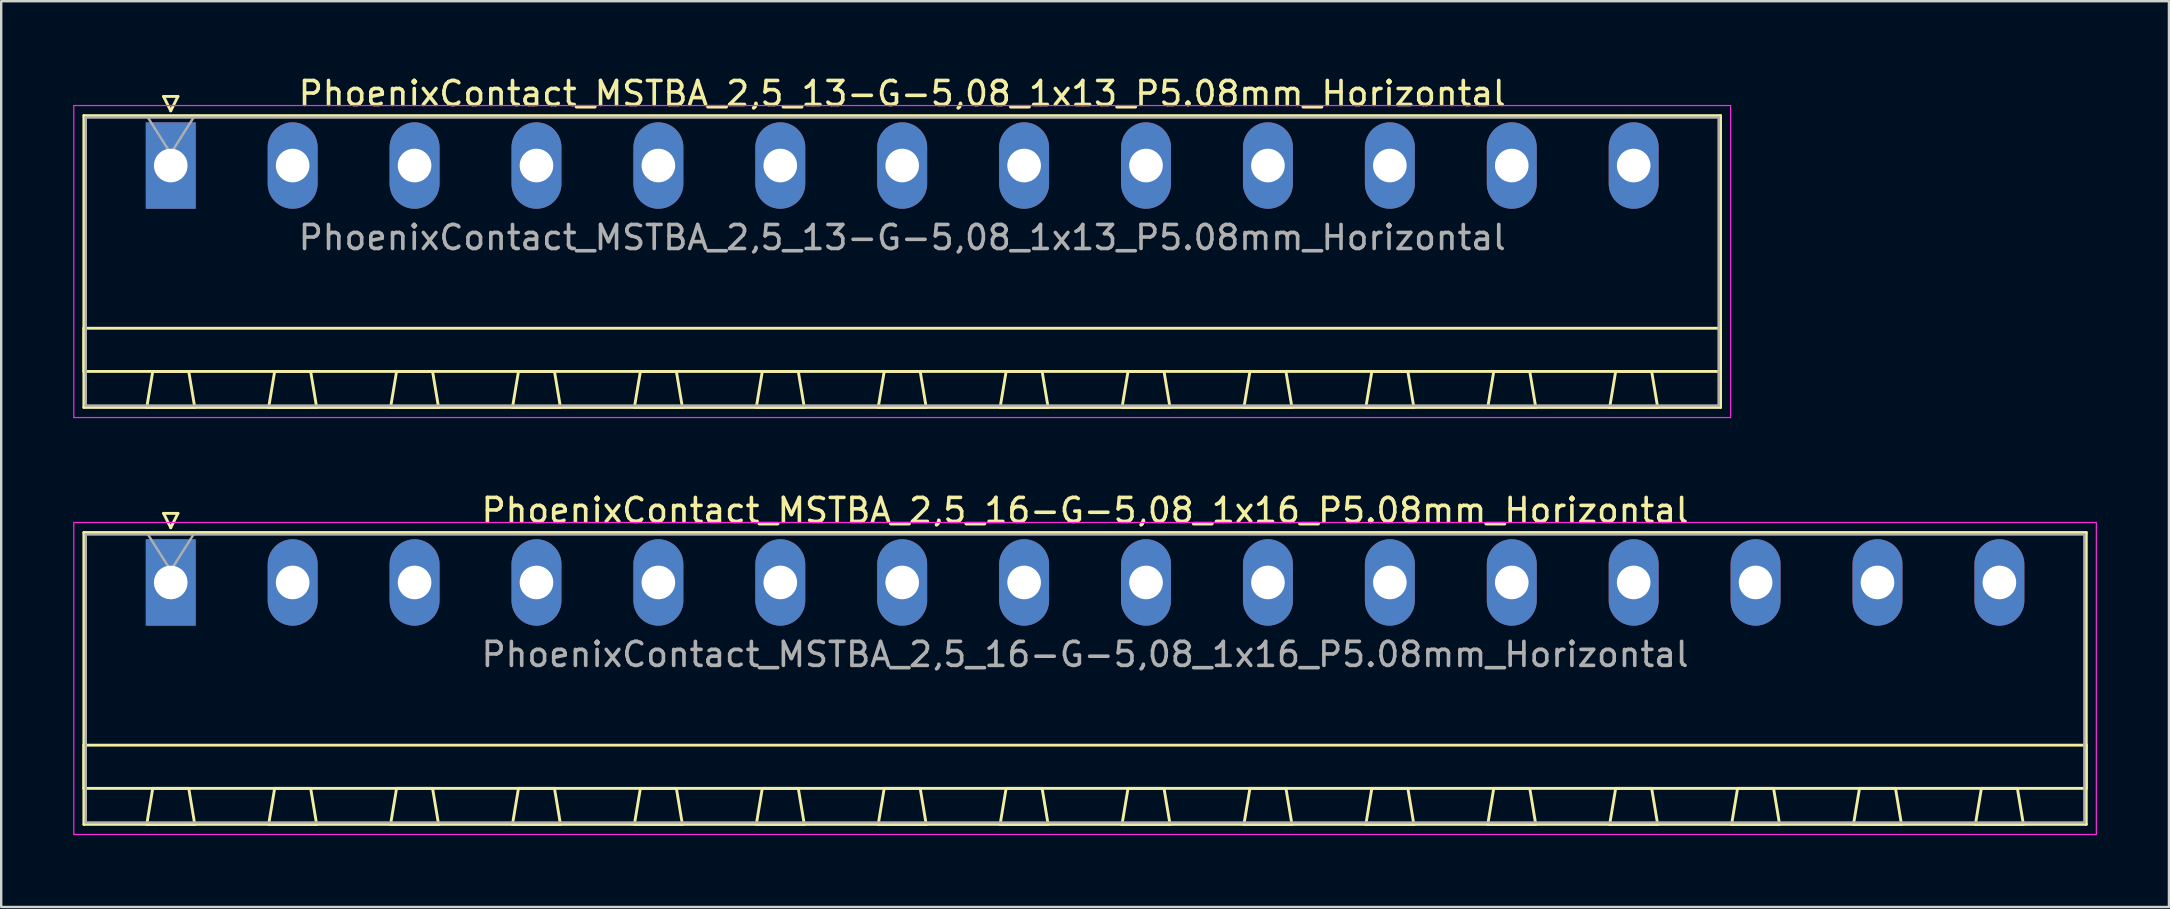
<source format=kicad_pcb>
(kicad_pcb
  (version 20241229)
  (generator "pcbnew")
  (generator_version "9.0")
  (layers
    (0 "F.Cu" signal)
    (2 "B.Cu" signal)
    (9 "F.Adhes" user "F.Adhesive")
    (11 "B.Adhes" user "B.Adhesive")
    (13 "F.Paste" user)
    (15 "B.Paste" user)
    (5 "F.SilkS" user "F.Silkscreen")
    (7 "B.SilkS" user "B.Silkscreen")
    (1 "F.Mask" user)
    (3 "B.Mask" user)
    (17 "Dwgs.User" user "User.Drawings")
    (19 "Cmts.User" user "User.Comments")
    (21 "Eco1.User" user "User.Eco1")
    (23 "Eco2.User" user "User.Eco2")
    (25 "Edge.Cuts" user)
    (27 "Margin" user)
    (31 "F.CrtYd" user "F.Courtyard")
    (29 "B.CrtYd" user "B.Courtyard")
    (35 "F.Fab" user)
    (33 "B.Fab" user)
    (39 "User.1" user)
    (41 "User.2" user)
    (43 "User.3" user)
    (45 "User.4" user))
  (footprint "PhoenixContact_MSTBA_2,5_13-G-5,08_1x13_P5.08mm_Horizontal"
    (layer "F.Cu")
    (at 4.065 3.848)
    (property "Reference" "PhoenixContact_MSTBA_2,5_13-G-5,08_1x13_P5.08mm_Horizontal" (at 30.48 -3 0) (layer "F.SilkS") (effects (font (size 1 1) (thickness 0.15))))
    (attr through_hole)
    (fp_line (start -3.62 -2.08) (end -3.62 10.08) (stroke (width 0.12) (type solid)) (layer "F.SilkS"))
    (fp_line (start -3.62 6.78) (end 64.58 6.78) (stroke (width 0.12) (type solid)) (layer "F.SilkS"))
    (fp_line (start -3.62 8.58) (end -3.62 6.78) (stroke (width 0.12) (type solid)) (layer "F.SilkS"))
    (fp_line (start -3.62 10.08) (end 64.58 10.08) (stroke (width 0.12) (type solid)) (layer "F.SilkS"))
    (fp_line (start -1 10.08) (end 1 10.08) (stroke (width 0.12) (type solid)) (layer "F.SilkS"))
    (fp_line (start -0.75 8.58) (end -1 10.08) (stroke (width 0.12) (type solid)) (layer "F.SilkS"))
    (fp_line (start -0.3 -2.88) (end 0.3 -2.88) (stroke (width 0.12) (type solid)) (layer "F.SilkS"))
    (fp_line (start 0 -2.28) (end -0.3 -2.88) (stroke (width 0.12) (type solid)) (layer "F.SilkS"))
    (fp_line (start 0.3 -2.88) (end 0 -2.28) (stroke (width 0.12) (type solid)) (layer "F.SilkS"))
    (fp_line (start 0.75 8.58) (end -0.75 8.58) (stroke (width 0.12) (type solid)) (layer "F.SilkS"))
    (fp_line (start 1 10.08) (end 0.75 8.58) (stroke (width 0.12) (type solid)) (layer "F.SilkS"))
    (fp_line (start 4.08 10.08) (end 6.08 10.08) (stroke (width 0.12) (type solid)) (layer "F.SilkS"))
    (fp_line (start 4.33 8.58) (end 4.08 10.08) (stroke (width 0.12) (type solid)) (layer "F.SilkS"))
    (fp_line (start 5.83 8.58) (end 4.33 8.58) (stroke (width 0.12) (type solid)) (layer "F.SilkS"))
    (fp_line (start 6.08 10.08) (end 5.83 8.58) (stroke (width 0.12) (type solid)) (layer "F.SilkS"))
    (fp_line (start 9.16 10.08) (end 11.16 10.08) (stroke (width 0.12) (type solid)) (layer "F.SilkS"))
    (fp_line (start 9.41 8.58) (end 9.16 10.08) (stroke (width 0.12) (type solid)) (layer "F.SilkS"))
    (fp_line (start 10.91 8.58) (end 9.41 8.58) (stroke (width 0.12) (type solid)) (layer "F.SilkS"))
    (fp_line (start 11.16 10.08) (end 10.91 8.58) (stroke (width 0.12) (type solid)) (layer "F.SilkS"))
    (fp_line (start 14.24 10.08) (end 16.24 10.08) (stroke (width 0.12) (type solid)) (layer "F.SilkS"))
    (fp_line (start 14.49 8.58) (end 14.24 10.08) (stroke (width 0.12) (type solid)) (layer "F.SilkS"))
    (fp_line (start 15.99 8.58) (end 14.49 8.58) (stroke (width 0.12) (type solid)) (layer "F.SilkS"))
    (fp_line (start 16.24 10.08) (end 15.99 8.58) (stroke (width 0.12) (type solid)) (layer "F.SilkS"))
    (fp_line (start 19.32 10.08) (end 21.32 10.08) (stroke (width 0.12) (type solid)) (layer "F.SilkS"))
    (fp_line (start 19.57 8.58) (end 19.32 10.08) (stroke (width 0.12) (type solid)) (layer "F.SilkS"))
    (fp_line (start 21.07 8.58) (end 19.57 8.58) (stroke (width 0.12) (type solid)) (layer "F.SilkS"))
    (fp_line (start 21.32 10.08) (end 21.07 8.58) (stroke (width 0.12) (type solid)) (layer "F.SilkS"))
    (fp_line (start 24.4 10.08) (end 26.4 10.08) (stroke (width 0.12) (type solid)) (layer "F.SilkS"))
    (fp_line (start 24.65 8.58) (end 24.4 10.08) (stroke (width 0.12) (type solid)) (layer "F.SilkS"))
    (fp_line (start 26.15 8.58) (end 24.65 8.58) (stroke (width 0.12) (type solid)) (layer "F.SilkS"))
    (fp_line (start 26.4 10.08) (end 26.15 8.58) (stroke (width 0.12) (type solid)) (layer "F.SilkS"))
    (fp_line (start 29.48 10.08) (end 31.48 10.08) (stroke (width 0.12) (type solid)) (layer "F.SilkS"))
    (fp_line (start 29.73 8.58) (end 29.48 10.08) (stroke (width 0.12) (type solid)) (layer "F.SilkS"))
    (fp_line (start 31.23 8.58) (end 29.73 8.58) (stroke (width 0.12) (type solid)) (layer "F.SilkS"))
    (fp_line (start 31.48 10.08) (end 31.23 8.58) (stroke (width 0.12) (type solid)) (layer "F.SilkS"))
    (fp_line (start 34.56 10.08) (end 36.56 10.08) (stroke (width 0.12) (type solid)) (layer "F.SilkS"))
    (fp_line (start 34.81 8.58) (end 34.56 10.08) (stroke (width 0.12) (type solid)) (layer "F.SilkS"))
    (fp_line (start 36.31 8.58) (end 34.81 8.58) (stroke (width 0.12) (type solid)) (layer "F.SilkS"))
    (fp_line (start 36.56 10.08) (end 36.31 8.58) (stroke (width 0.12) (type solid)) (layer "F.SilkS"))
    (fp_line (start 39.64 10.08) (end 41.64 10.08) (stroke (width 0.12) (type solid)) (layer "F.SilkS"))
    (fp_line (start 39.89 8.58) (end 39.64 10.08) (stroke (width 0.12) (type solid)) (layer "F.SilkS"))
    (fp_line (start 41.39 8.58) (end 39.89 8.58) (stroke (width 0.12) (type solid)) (layer "F.SilkS"))
    (fp_line (start 41.64 10.08) (end 41.39 8.58) (stroke (width 0.12) (type solid)) (layer "F.SilkS"))
    (fp_line (start 44.72 10.08) (end 46.72 10.08) (stroke (width 0.12) (type solid)) (layer "F.SilkS"))
    (fp_line (start 44.97 8.58) (end 44.72 10.08) (stroke (width 0.12) (type solid)) (layer "F.SilkS"))
    (fp_line (start 46.47 8.58) (end 44.97 8.58) (stroke (width 0.12) (type solid)) (layer "F.SilkS"))
    (fp_line (start 46.72 10.08) (end 46.47 8.58) (stroke (width 0.12) (type solid)) (layer "F.SilkS"))
    (fp_line (start 49.8 10.08) (end 51.8 10.08) (stroke (width 0.12) (type solid)) (layer "F.SilkS"))
    (fp_line (start 50.05 8.58) (end 49.8 10.08) (stroke (width 0.12) (type solid)) (layer "F.SilkS"))
    (fp_line (start 51.55 8.58) (end 50.05 8.58) (stroke (width 0.12) (type solid)) (layer "F.SilkS"))
    (fp_line (start 51.8 10.08) (end 51.55 8.58) (stroke (width 0.12) (type solid)) (layer "F.SilkS"))
    (fp_line (start 54.88 10.08) (end 56.88 10.08) (stroke (width 0.12) (type solid)) (layer "F.SilkS"))
    (fp_line (start 55.13 8.58) (end 54.88 10.08) (stroke (width 0.12) (type solid)) (layer "F.SilkS"))
    (fp_line (start 56.63 8.58) (end 55.13 8.58) (stroke (width 0.12) (type solid)) (layer "F.SilkS"))
    (fp_line (start 56.88 10.08) (end 56.63 8.58) (stroke (width 0.12) (type solid)) (layer "F.SilkS"))
    (fp_line (start 59.96 10.08) (end 61.96 10.08) (stroke (width 0.12) (type solid)) (layer "F.SilkS"))
    (fp_line (start 60.21 8.58) (end 59.96 10.08) (stroke (width 0.12) (type solid)) (layer "F.SilkS"))
    (fp_line (start 61.71 8.58) (end 60.21 8.58) (stroke (width 0.12) (type solid)) (layer "F.SilkS"))
    (fp_line (start 61.96 10.08) (end 61.71 8.58) (stroke (width 0.12) (type solid)) (layer "F.SilkS"))
    (fp_line (start 64.58 -2.08) (end -3.62 -2.08) (stroke (width 0.12) (type solid)) (layer "F.SilkS"))
    (fp_line (start 64.58 6.78) (end 64.58 8.58) (stroke (width 0.12) (type solid)) (layer "F.SilkS"))
    (fp_line (start 64.58 8.58) (end -3.62 8.58) (stroke (width 0.12) (type solid)) (layer "F.SilkS"))
    (fp_line (start 64.58 10.08) (end 64.58 -2.08) (stroke (width 0.12) (type solid)) (layer "F.SilkS"))
    (fp_line (start -4.04 -2.5) (end -4.04 10.5) (stroke (width 0.05) (type solid)) (layer "F.CrtYd"))
    (fp_line (start -4.04 10.5) (end 65 10.5) (stroke (width 0.05) (type solid)) (layer "F.CrtYd"))
    (fp_line (start 65 -2.5) (end -4.04 -2.5) (stroke (width 0.05) (type solid)) (layer "F.CrtYd"))
    (fp_line (start 65 10.5) (end 65 -2.5) (stroke (width 0.05) (type solid)) (layer "F.CrtYd"))
    (fp_line (start -3.54 -2) (end -3.54 10) (stroke (width 0.1) (type solid)) (layer "F.Fab"))
    (fp_line (start -3.54 10) (end 64.5 10) (stroke (width 0.1) (type solid)) (layer "F.Fab"))
    (fp_line (start 0 -0.5) (end -0.95 -2) (stroke (width 0.1) (type solid)) (layer "F.Fab"))
    (fp_line (start 0.95 -2) (end 0 -0.5) (stroke (width 0.1) (type solid)) (layer "F.Fab"))
    (fp_line (start 64.5 -2) (end -3.54 -2) (stroke (width 0.1) (type solid)) (layer "F.Fab"))
    (fp_line (start 64.5 10) (end 64.5 -2) (stroke (width 0.1) (type solid)) (layer "F.Fab"))
    (fp_text user "${REFERENCE}" (at 30.48 3 0) (layer "F.Fab") (effects (font (size 1 1) (thickness 0.15))))
    (pad "1" thru_hole rect (at 0 0) (size 2.08 3.6) (drill 1.4) (layers "*.Cu" "*.Mask"))
    (pad "2" thru_hole oval (at 5.08 0) (size 2.08 3.6) (drill 1.4) (layers "*.Cu" "*.Mask"))
    (pad "3" thru_hole oval (at 10.16 0) (size 2.08 3.6) (drill 1.4) (layers "*.Cu" "*.Mask"))
    (pad "4" thru_hole oval (at 15.24 0) (size 2.08 3.6) (drill 1.4) (layers "*.Cu" "*.Mask"))
    (pad "5" thru_hole oval (at 20.32 0) (size 2.08 3.6) (drill 1.4) (layers "*.Cu" "*.Mask"))
    (pad "6" thru_hole oval (at 25.4 0) (size 2.08 3.6) (drill 1.4) (layers "*.Cu" "*.Mask"))
    (pad "7" thru_hole oval (at 30.48 0) (size 2.08 3.6) (drill 1.4) (layers "*.Cu" "*.Mask"))
    (pad "8" thru_hole oval (at 35.56 0) (size 2.08 3.6) (drill 1.4) (layers "*.Cu" "*.Mask"))
    (pad "9" thru_hole oval (at 40.64 0) (size 2.08 3.6) (drill 1.4) (layers "*.Cu" "*.Mask"))
    (pad "10" thru_hole oval (at 45.72 0) (size 2.08 3.6) (drill 1.4) (layers "*.Cu" "*.Mask"))
    (pad "11" thru_hole oval (at 50.8 0) (size 2.08 3.6) (drill 1.4) (layers "*.Cu" "*.Mask"))
    (pad "12" thru_hole oval (at 55.88 0) (size 2.08 3.6) (drill 1.4) (layers "*.Cu" "*.Mask"))
    (pad "13" thru_hole oval (at 60.96 0) (size 2.08 3.6) (drill 1.4) (layers "*.Cu" "*.Mask")))
  (footprint "PhoenixContact_MSTBA_2,5_16-G-5,08_1x16_P5.08mm_Horizontal"
    (layer "F.Cu")
    (at 4.065 21.221)
    (property "Reference" "PhoenixContact_MSTBA_2,5_16-G-5,08_1x16_P5.08mm_Horizontal" (at 38.1 -3 0) (layer "F.SilkS") (effects (font (size 1 1) (thickness 0.15))))
    (attr through_hole)
    (fp_line (start -3.62 -2.08) (end -3.62 10.08) (stroke (width 0.12) (type solid)) (layer "F.SilkS"))
    (fp_line (start -3.62 6.78) (end 79.82 6.78) (stroke (width 0.12) (type solid)) (layer "F.SilkS"))
    (fp_line (start -3.62 8.58) (end -3.62 6.78) (stroke (width 0.12) (type solid)) (layer "F.SilkS"))
    (fp_line (start -3.62 10.08) (end 79.82 10.08) (stroke (width 0.12) (type solid)) (layer "F.SilkS"))
    (fp_line (start -1 10.08) (end 1 10.08) (stroke (width 0.12) (type solid)) (layer "F.SilkS"))
    (fp_line (start -0.75 8.58) (end -1 10.08) (stroke (width 0.12) (type solid)) (layer "F.SilkS"))
    (fp_line (start -0.3 -2.88) (end 0.3 -2.88) (stroke (width 0.12) (type solid)) (layer "F.SilkS"))
    (fp_line (start 0 -2.28) (end -0.3 -2.88) (stroke (width 0.12) (type solid)) (layer "F.SilkS"))
    (fp_line (start 0.3 -2.88) (end 0 -2.28) (stroke (width 0.12) (type solid)) (layer "F.SilkS"))
    (fp_line (start 0.75 8.58) (end -0.75 8.58) (stroke (width 0.12) (type solid)) (layer "F.SilkS"))
    (fp_line (start 1 10.08) (end 0.75 8.58) (stroke (width 0.12) (type solid)) (layer "F.SilkS"))
    (fp_line (start 4.08 10.08) (end 6.08 10.08) (stroke (width 0.12) (type solid)) (layer "F.SilkS"))
    (fp_line (start 4.33 8.58) (end 4.08 10.08) (stroke (width 0.12) (type solid)) (layer "F.SilkS"))
    (fp_line (start 5.83 8.58) (end 4.33 8.58) (stroke (width 0.12) (type solid)) (layer "F.SilkS"))
    (fp_line (start 6.08 10.08) (end 5.83 8.58) (stroke (width 0.12) (type solid)) (layer "F.SilkS"))
    (fp_line (start 9.16 10.08) (end 11.16 10.08) (stroke (width 0.12) (type solid)) (layer "F.SilkS"))
    (fp_line (start 9.41 8.58) (end 9.16 10.08) (stroke (width 0.12) (type solid)) (layer "F.SilkS"))
    (fp_line (start 10.91 8.58) (end 9.41 8.58) (stroke (width 0.12) (type solid)) (layer "F.SilkS"))
    (fp_line (start 11.16 10.08) (end 10.91 8.58) (stroke (width 0.12) (type solid)) (layer "F.SilkS"))
    (fp_line (start 14.24 10.08) (end 16.24 10.08) (stroke (width 0.12) (type solid)) (layer "F.SilkS"))
    (fp_line (start 14.49 8.58) (end 14.24 10.08) (stroke (width 0.12) (type solid)) (layer "F.SilkS"))
    (fp_line (start 15.99 8.58) (end 14.49 8.58) (stroke (width 0.12) (type solid)) (layer "F.SilkS"))
    (fp_line (start 16.24 10.08) (end 15.99 8.58) (stroke (width 0.12) (type solid)) (layer "F.SilkS"))
    (fp_line (start 19.32 10.08) (end 21.32 10.08) (stroke (width 0.12) (type solid)) (layer "F.SilkS"))
    (fp_line (start 19.57 8.58) (end 19.32 10.08) (stroke (width 0.12) (type solid)) (layer "F.SilkS"))
    (fp_line (start 21.07 8.58) (end 19.57 8.58) (stroke (width 0.12) (type solid)) (layer "F.SilkS"))
    (fp_line (start 21.32 10.08) (end 21.07 8.58) (stroke (width 0.12) (type solid)) (layer "F.SilkS"))
    (fp_line (start 24.4 10.08) (end 26.4 10.08) (stroke (width 0.12) (type solid)) (layer "F.SilkS"))
    (fp_line (start 24.65 8.58) (end 24.4 10.08) (stroke (width 0.12) (type solid)) (layer "F.SilkS"))
    (fp_line (start 26.15 8.58) (end 24.65 8.58) (stroke (width 0.12) (type solid)) (layer "F.SilkS"))
    (fp_line (start 26.4 10.08) (end 26.15 8.58) (stroke (width 0.12) (type solid)) (layer "F.SilkS"))
    (fp_line (start 29.48 10.08) (end 31.48 10.08) (stroke (width 0.12) (type solid)) (layer "F.SilkS"))
    (fp_line (start 29.73 8.58) (end 29.48 10.08) (stroke (width 0.12) (type solid)) (layer "F.SilkS"))
    (fp_line (start 31.23 8.58) (end 29.73 8.58) (stroke (width 0.12) (type solid)) (layer "F.SilkS"))
    (fp_line (start 31.48 10.08) (end 31.23 8.58) (stroke (width 0.12) (type solid)) (layer "F.SilkS"))
    (fp_line (start 34.56 10.08) (end 36.56 10.08) (stroke (width 0.12) (type solid)) (layer "F.SilkS"))
    (fp_line (start 34.81 8.58) (end 34.56 10.08) (stroke (width 0.12) (type solid)) (layer "F.SilkS"))
    (fp_line (start 36.31 8.58) (end 34.81 8.58) (stroke (width 0.12) (type solid)) (layer "F.SilkS"))
    (fp_line (start 36.56 10.08) (end 36.31 8.58) (stroke (width 0.12) (type solid)) (layer "F.SilkS"))
    (fp_line (start 39.64 10.08) (end 41.64 10.08) (stroke (width 0.12) (type solid)) (layer "F.SilkS"))
    (fp_line (start 39.89 8.58) (end 39.64 10.08) (stroke (width 0.12) (type solid)) (layer "F.SilkS"))
    (fp_line (start 41.39 8.58) (end 39.89 8.58) (stroke (width 0.12) (type solid)) (layer "F.SilkS"))
    (fp_line (start 41.64 10.08) (end 41.39 8.58) (stroke (width 0.12) (type solid)) (layer "F.SilkS"))
    (fp_line (start 44.72 10.08) (end 46.72 10.08) (stroke (width 0.12) (type solid)) (layer "F.SilkS"))
    (fp_line (start 44.97 8.58) (end 44.72 10.08) (stroke (width 0.12) (type solid)) (layer "F.SilkS"))
    (fp_line (start 46.47 8.58) (end 44.97 8.58) (stroke (width 0.12) (type solid)) (layer "F.SilkS"))
    (fp_line (start 46.72 10.08) (end 46.47 8.58) (stroke (width 0.12) (type solid)) (layer "F.SilkS"))
    (fp_line (start 49.8 10.08) (end 51.8 10.08) (stroke (width 0.12) (type solid)) (layer "F.SilkS"))
    (fp_line (start 50.05 8.58) (end 49.8 10.08) (stroke (width 0.12) (type solid)) (layer "F.SilkS"))
    (fp_line (start 51.55 8.58) (end 50.05 8.58) (stroke (width 0.12) (type solid)) (layer "F.SilkS"))
    (fp_line (start 51.8 10.08) (end 51.55 8.58) (stroke (width 0.12) (type solid)) (layer "F.SilkS"))
    (fp_line (start 54.88 10.08) (end 56.88 10.08) (stroke (width 0.12) (type solid)) (layer "F.SilkS"))
    (fp_line (start 55.13 8.58) (end 54.88 10.08) (stroke (width 0.12) (type solid)) (layer "F.SilkS"))
    (fp_line (start 56.63 8.58) (end 55.13 8.58) (stroke (width 0.12) (type solid)) (layer "F.SilkS"))
    (fp_line (start 56.88 10.08) (end 56.63 8.58) (stroke (width 0.12) (type solid)) (layer "F.SilkS"))
    (fp_line (start 59.96 10.08) (end 61.96 10.08) (stroke (width 0.12) (type solid)) (layer "F.SilkS"))
    (fp_line (start 60.21 8.58) (end 59.96 10.08) (stroke (width 0.12) (type solid)) (layer "F.SilkS"))
    (fp_line (start 61.71 8.58) (end 60.21 8.58) (stroke (width 0.12) (type solid)) (layer "F.SilkS"))
    (fp_line (start 61.96 10.08) (end 61.71 8.58) (stroke (width 0.12) (type solid)) (layer "F.SilkS"))
    (fp_line (start 65.04 10.08) (end 67.04 10.08) (stroke (width 0.12) (type solid)) (layer "F.SilkS"))
    (fp_line (start 65.29 8.58) (end 65.04 10.08) (stroke (width 0.12) (type solid)) (layer "F.SilkS"))
    (fp_line (start 66.79 8.58) (end 65.29 8.58) (stroke (width 0.12) (type solid)) (layer "F.SilkS"))
    (fp_line (start 67.04 10.08) (end 66.79 8.58) (stroke (width 0.12) (type solid)) (layer "F.SilkS"))
    (fp_line (start 70.12 10.08) (end 72.12 10.08) (stroke (width 0.12) (type solid)) (layer "F.SilkS"))
    (fp_line (start 70.37 8.58) (end 70.12 10.08) (stroke (width 0.12) (type solid)) (layer "F.SilkS"))
    (fp_line (start 71.87 8.58) (end 70.37 8.58) (stroke (width 0.12) (type solid)) (layer "F.SilkS"))
    (fp_line (start 72.12 10.08) (end 71.87 8.58) (stroke (width 0.12) (type solid)) (layer "F.SilkS"))
    (fp_line (start 75.2 10.08) (end 77.2 10.08) (stroke (width 0.12) (type solid)) (layer "F.SilkS"))
    (fp_line (start 75.45 8.58) (end 75.2 10.08) (stroke (width 0.12) (type solid)) (layer "F.SilkS"))
    (fp_line (start 76.95 8.58) (end 75.45 8.58) (stroke (width 0.12) (type solid)) (layer "F.SilkS"))
    (fp_line (start 77.2 10.08) (end 76.95 8.58) (stroke (width 0.12) (type solid)) (layer "F.SilkS"))
    (fp_line (start 79.82 -2.08) (end -3.62 -2.08) (stroke (width 0.12) (type solid)) (layer "F.SilkS"))
    (fp_line (start 79.82 6.78) (end 79.82 8.58) (stroke (width 0.12) (type solid)) (layer "F.SilkS"))
    (fp_line (start 79.82 8.58) (end -3.62 8.58) (stroke (width 0.12) (type solid)) (layer "F.SilkS"))
    (fp_line (start 79.82 10.08) (end 79.82 -2.08) (stroke (width 0.12) (type solid)) (layer "F.SilkS"))
    (fp_line (start -4.04 -2.5) (end -4.04 10.5) (stroke (width 0.05) (type solid)) (layer "F.CrtYd"))
    (fp_line (start -4.04 10.5) (end 80.24 10.5) (stroke (width 0.05) (type solid)) (layer "F.CrtYd"))
    (fp_line (start 80.24 -2.5) (end -4.04 -2.5) (stroke (width 0.05) (type solid)) (layer "F.CrtYd"))
    (fp_line (start 80.24 10.5) (end 80.24 -2.5) (stroke (width 0.05) (type solid)) (layer "F.CrtYd"))
    (fp_line (start -3.54 -2) (end -3.54 10) (stroke (width 0.1) (type solid)) (layer "F.Fab"))
    (fp_line (start -3.54 10) (end 79.74 10) (stroke (width 0.1) (type solid)) (layer "F.Fab"))
    (fp_line (start 0 -0.5) (end -0.95 -2) (stroke (width 0.1) (type solid)) (layer "F.Fab"))
    (fp_line (start 0.95 -2) (end 0 -0.5) (stroke (width 0.1) (type solid)) (layer "F.Fab"))
    (fp_line (start 79.74 -2) (end -3.54 -2) (stroke (width 0.1) (type solid)) (layer "F.Fab"))
    (fp_line (start 79.74 10) (end 79.74 -2) (stroke (width 0.1) (type solid)) (layer "F.Fab"))
    (fp_text user "${REFERENCE}" (at 38.1 3 0) (layer "F.Fab") (effects (font (size 1 1) (thickness 0.15))))
    (pad "1" thru_hole rect (at 0 0) (size 2.08 3.6) (drill 1.4) (layers "*.Cu" "*.Mask"))
    (pad "2" thru_hole oval (at 5.08 0) (size 2.08 3.6) (drill 1.4) (layers "*.Cu" "*.Mask"))
    (pad "3" thru_hole oval (at 10.16 0) (size 2.08 3.6) (drill 1.4) (layers "*.Cu" "*.Mask"))
    (pad "4" thru_hole oval (at 15.24 0) (size 2.08 3.6) (drill 1.4) (layers "*.Cu" "*.Mask"))
    (pad "5" thru_hole oval (at 20.32 0) (size 2.08 3.6) (drill 1.4) (layers "*.Cu" "*.Mask"))
    (pad "6" thru_hole oval (at 25.4 0) (size 2.08 3.6) (drill 1.4) (layers "*.Cu" "*.Mask"))
    (pad "7" thru_hole oval (at 30.48 0) (size 2.08 3.6) (drill 1.4) (layers "*.Cu" "*.Mask"))
    (pad "8" thru_hole oval (at 35.56 0) (size 2.08 3.6) (drill 1.4) (layers "*.Cu" "*.Mask"))
    (pad "9" thru_hole oval (at 40.64 0) (size 2.08 3.6) (drill 1.4) (layers "*.Cu" "*.Mask"))
    (pad "10" thru_hole oval (at 45.72 0) (size 2.08 3.6) (drill 1.4) (layers "*.Cu" "*.Mask"))
    (pad "11" thru_hole oval (at 50.8 0) (size 2.08 3.6) (drill 1.4) (layers "*.Cu" "*.Mask"))
    (pad "12" thru_hole oval (at 55.88 0) (size 2.08 3.6) (drill 1.4) (layers "*.Cu" "*.Mask"))
    (pad "13" thru_hole oval (at 60.96 0) (size 2.08 3.6) (drill 1.4) (layers "*.Cu" "*.Mask"))
    (pad "14" thru_hole oval (at 66.04 0) (size 2.08 3.6) (drill 1.4) (layers "*.Cu" "*.Mask"))
    (pad "15" thru_hole oval (at 71.12 0) (size 2.08 3.6) (drill 1.4) (layers "*.Cu" "*.Mask"))
    (pad "16" thru_hole oval (at 76.2 0) (size 2.08 3.6) (drill 1.4) (layers "*.Cu" "*.Mask")))
  (gr_rect
    (start -3 -3)
    (end 87.33 34.746)
    (stroke (width 0.1) (type default))
    (fill no)
    (layer "Edge.Cuts")))
</source>
